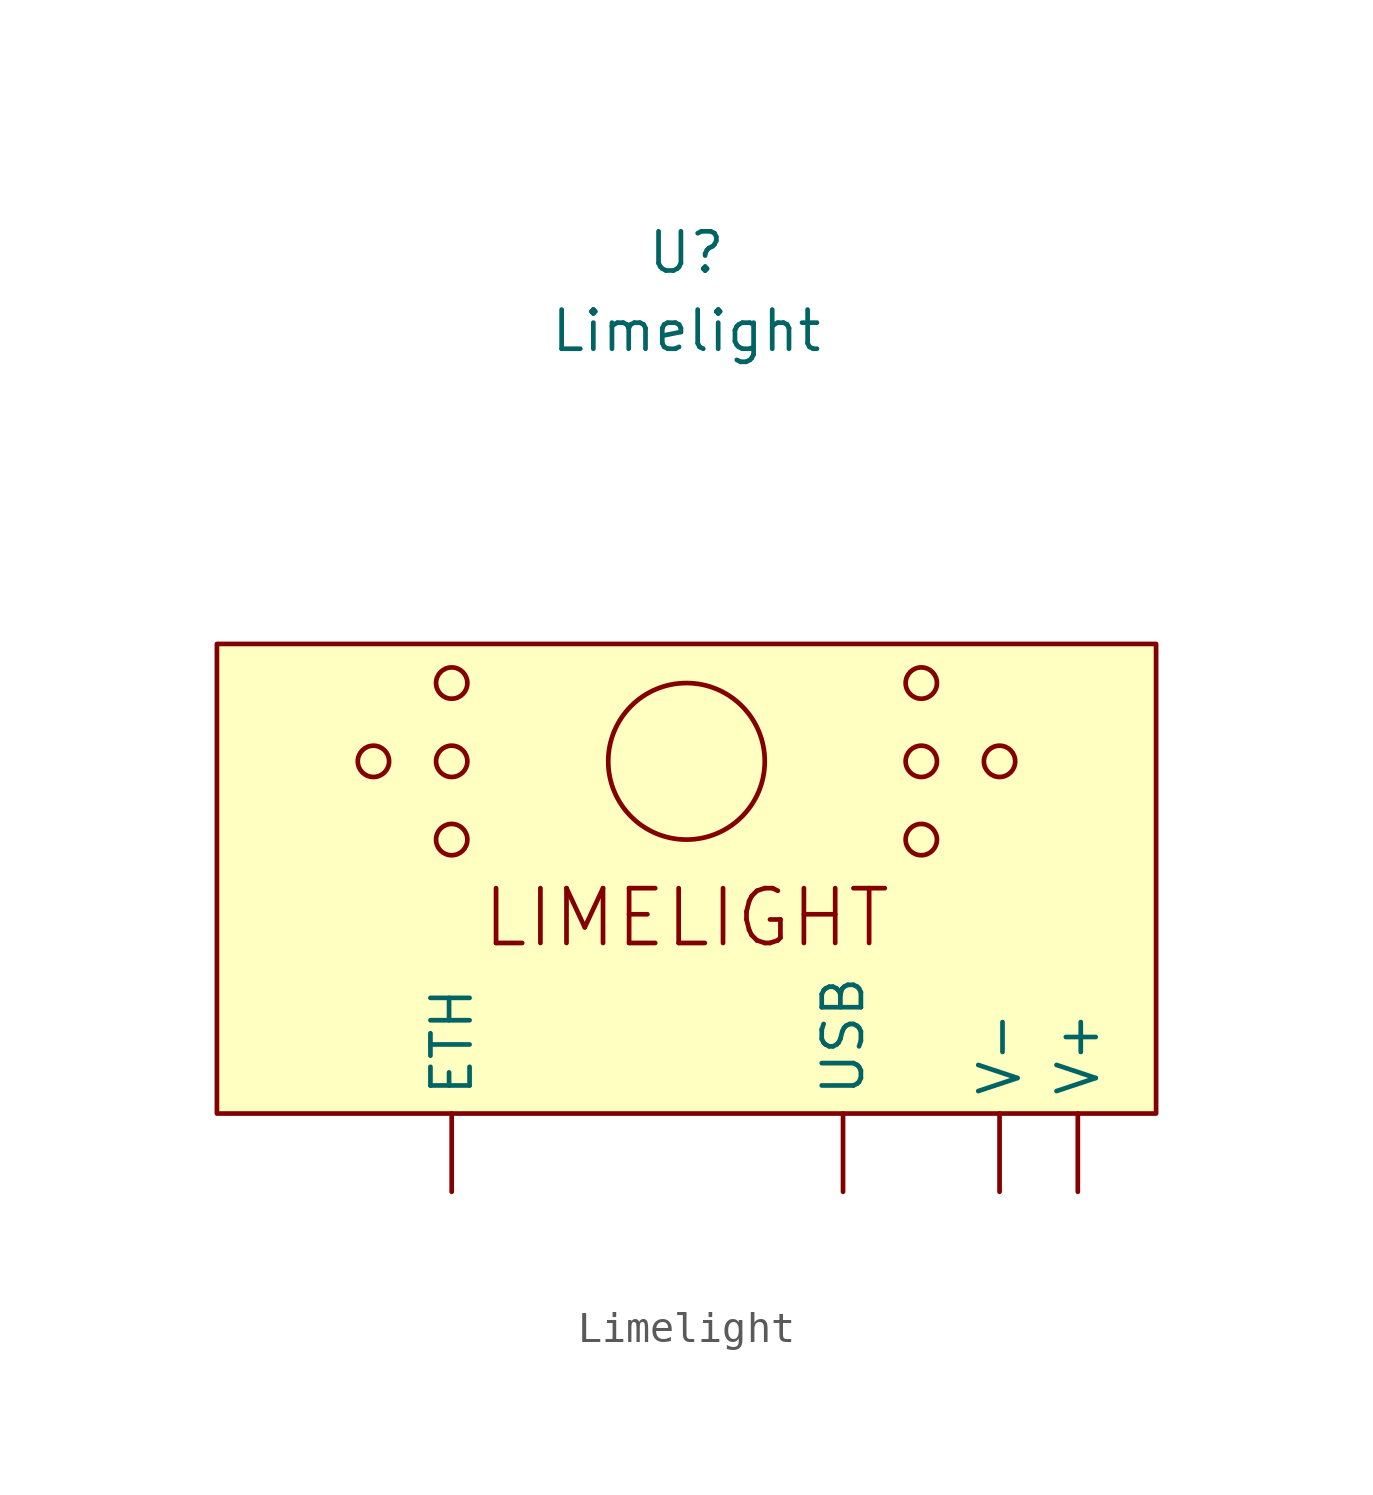
<source format=kicad_sym>
(kicad_symbol_lib
  (version 20220914)
  (generator kicad_symbol_editor)
  (symbol "Limelight"
    (property "Reference" "U"
      (at 0 0 0)
      (effects (font (size 1.27 1.27))))
    (property "Value" "Limelight"
      (at 0 -2.54 0)
      (effects (font (size 1.27 1.27))))
    (symbol "Limelight_0_0"
      (rectangle (start -15.24 -12.7) (end 15.24 -27.94) (stroke (width 0) (type default)) (fill (type background)))
      (circle (center -10.16 -16.51) (radius 0.508) (stroke (width 0) (type default)) (fill (type none)))
      (circle (center -7.62 -19.05) (radius 0.508) (stroke (width 0) (type default)) (fill (type none)))
      (circle (center -7.62 -16.51) (radius 0.508) (stroke (width 0) (type default)) (fill (type none)))
      (circle (center -7.62 -13.97) (radius 0.508) (stroke (width 0) (type default)) (fill (type none)))
      (circle (center 0 -16.51) (radius 2.54) (stroke (width 0) (type default)) (fill (type none)))
      (circle (center 7.62 -19.05) (radius 0.508) (stroke (width 0) (type default)) (fill (type none)))
      (circle (center 7.62 -16.51) (radius 0.508) (stroke (width 0) (type default)) (fill (type none)))
      (circle (center 7.62 -13.97) (radius 0.508) (stroke (width 0) (type default)) (fill (type none)))
      (circle (center 10.16 -16.51) (radius 0.508) (stroke (width 0) (type default)) (fill (type none)))
      (text "LIMELIGHT" (at 0 -21.59 0) (effects (font (size 1.778 1.778)))))
    (symbol "Limelight_1_1"
      (pin bidirectional line (at -7.62 -30.48 90) (length 2.54) (name "ETH" (effects (font (size 1.27 1.27)))) (number "" (effects (font (size 1.27 1.27)))))
      (pin bidirectional line (at 5.08 -30.48 90) (length 2.54) (name "USB" (effects (font (size 1.27 1.27)))) (number "" (effects (font (size 1.27 1.27)))))
      (pin power_in line (at 12.7 -30.48 90) (length 2.54) (name "V+" (effects (font (size 1.27 1.27)))) (number "" (effects (font (size 1.27 1.27)))))
      (pin power_in line (at 10.16 -30.48 90) (length 2.54) (name "V-" (effects (font (size 1.27 1.27)))) (number "" (effects (font (size 1.27 1.27))))))))
</source>
